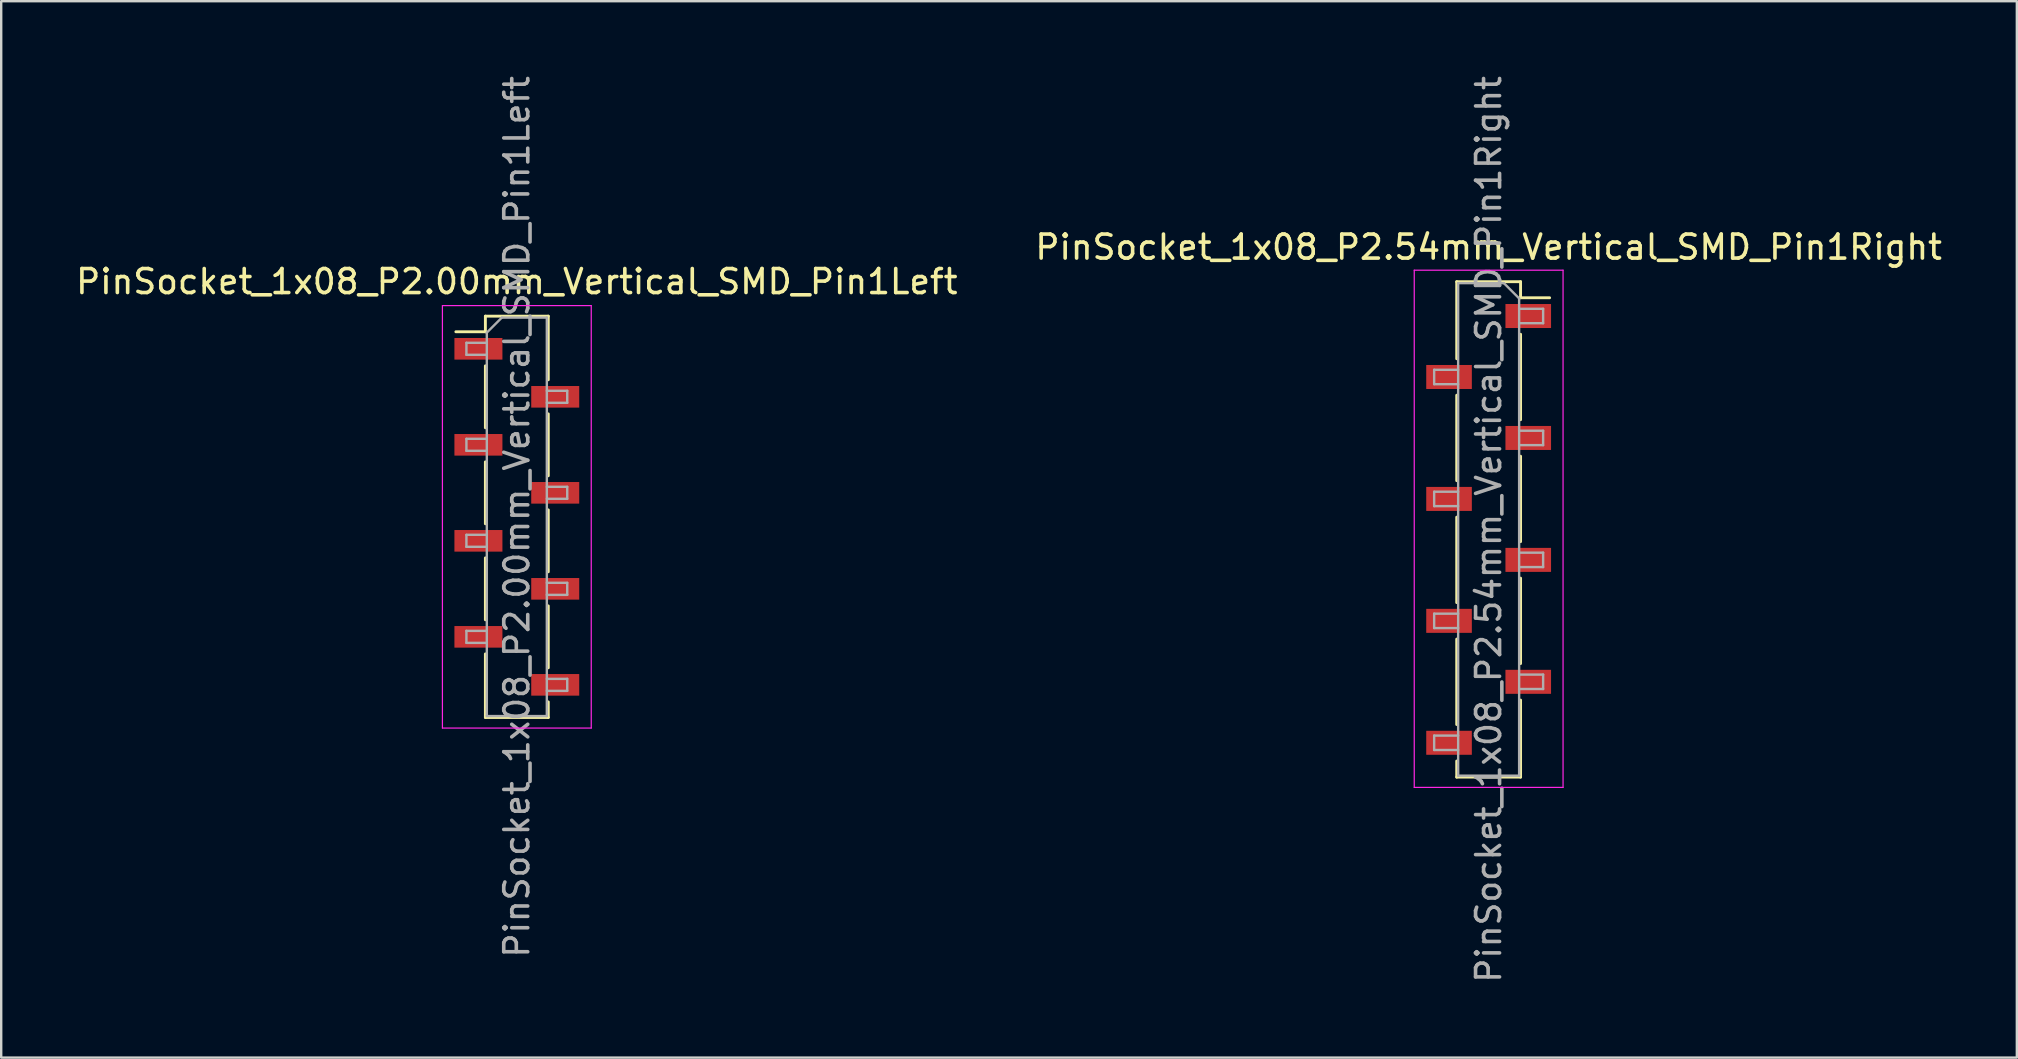
<source format=kicad_pcb>
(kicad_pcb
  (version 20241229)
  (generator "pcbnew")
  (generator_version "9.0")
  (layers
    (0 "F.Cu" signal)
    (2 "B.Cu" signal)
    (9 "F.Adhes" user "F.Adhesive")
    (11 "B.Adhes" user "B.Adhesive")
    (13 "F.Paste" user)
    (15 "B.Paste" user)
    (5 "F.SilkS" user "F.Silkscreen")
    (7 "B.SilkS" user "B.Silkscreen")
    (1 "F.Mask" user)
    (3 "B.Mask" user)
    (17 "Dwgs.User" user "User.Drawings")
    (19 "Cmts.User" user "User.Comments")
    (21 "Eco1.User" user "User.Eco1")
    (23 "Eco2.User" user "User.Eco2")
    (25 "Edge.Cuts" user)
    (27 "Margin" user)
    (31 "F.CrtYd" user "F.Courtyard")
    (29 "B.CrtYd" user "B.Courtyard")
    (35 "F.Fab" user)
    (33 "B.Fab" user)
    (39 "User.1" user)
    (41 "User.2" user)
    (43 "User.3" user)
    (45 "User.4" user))
  (footprint "PinSocket_1x08_P2.54mm_Vertical_SMD_Pin1Right"
    (layer "F.Cu")
    (at 58.97 19.006)
    (property "Reference" "PinSocket_1x08_P2.54mm_Vertical_SMD_Pin1Right" (at 0 -11.76 0) (layer "F.SilkS") (effects (font (size 1 1) (thickness 0.15))))
    (attr smd)
    (fp_line (start -1.33 -10.32) (end -1.33 -7.11) (stroke (width 0.12) (type solid)) (layer "F.SilkS"))
    (fp_line (start -1.33 -10.32) (end 1.33 -10.32) (stroke (width 0.12) (type solid)) (layer "F.SilkS"))
    (fp_line (start -1.33 -5.59) (end -1.33 -2.03) (stroke (width 0.12) (type solid)) (layer "F.SilkS"))
    (fp_line (start -1.33 -0.51) (end -1.33 3.05) (stroke (width 0.12) (type solid)) (layer "F.SilkS"))
    (fp_line (start -1.33 4.57) (end -1.33 8.13) (stroke (width 0.12) (type solid)) (layer "F.SilkS"))
    (fp_line (start -1.33 9.65) (end -1.33 10.32) (stroke (width 0.12) (type solid)) (layer "F.SilkS"))
    (fp_line (start -1.33 10.32) (end 1.33 10.32) (stroke (width 0.12) (type solid)) (layer "F.SilkS"))
    (fp_line (start 1.33 -10.32) (end 1.33 -9.65) (stroke (width 0.12) (type solid)) (layer "F.SilkS"))
    (fp_line (start 1.33 -9.65) (end 2.54 -9.65) (stroke (width 0.12) (type solid)) (layer "F.SilkS"))
    (fp_line (start 1.33 -8.13) (end 1.33 -4.57) (stroke (width 0.12) (type solid)) (layer "F.SilkS"))
    (fp_line (start 1.33 -3.05) (end 1.33 0.51) (stroke (width 0.12) (type solid)) (layer "F.SilkS"))
    (fp_line (start 1.33 2.03) (end 1.33 5.59) (stroke (width 0.12) (type solid)) (layer "F.SilkS"))
    (fp_line (start 1.33 7.11) (end 1.33 10.32) (stroke (width 0.12) (type solid)) (layer "F.SilkS"))
    (fp_line (start -3.1 -10.8) (end 3.1 -10.8) (stroke (width 0.05) (type solid)) (layer "F.CrtYd"))
    (fp_line (start -3.1 10.75) (end -3.1 -10.8) (stroke (width 0.05) (type solid)) (layer "F.CrtYd"))
    (fp_line (start 3.1 -10.8) (end 3.1 10.75) (stroke (width 0.05) (type solid)) (layer "F.CrtYd"))
    (fp_line (start 3.1 10.75) (end -3.1 10.75) (stroke (width 0.05) (type solid)) (layer "F.CrtYd"))
    (fp_line (start -2.27 -6.65) (end -1.27 -6.65) (stroke (width 0.1) (type solid)) (layer "F.Fab"))
    (fp_line (start -2.27 -6.05) (end -2.27 -6.65) (stroke (width 0.1) (type solid)) (layer "F.Fab"))
    (fp_line (start -2.27 -1.57) (end -1.27 -1.57) (stroke (width 0.1) (type solid)) (layer "F.Fab"))
    (fp_line (start -2.27 -0.97) (end -2.27 -1.57) (stroke (width 0.1) (type solid)) (layer "F.Fab"))
    (fp_line (start -2.27 3.51) (end -1.27 3.51) (stroke (width 0.1) (type solid)) (layer "F.Fab"))
    (fp_line (start -2.27 4.11) (end -2.27 3.51) (stroke (width 0.1) (type solid)) (layer "F.Fab"))
    (fp_line (start -2.27 8.59) (end -1.27 8.59) (stroke (width 0.1) (type solid)) (layer "F.Fab"))
    (fp_line (start -2.27 9.19) (end -2.27 8.59) (stroke (width 0.1) (type solid)) (layer "F.Fab"))
    (fp_line (start -1.27 -10.26) (end 0.635 -10.26) (stroke (width 0.1) (type solid)) (layer "F.Fab"))
    (fp_line (start -1.27 -6.05) (end -2.27 -6.05) (stroke (width 0.1) (type solid)) (layer "F.Fab"))
    (fp_line (start -1.27 -0.97) (end -2.27 -0.97) (stroke (width 0.1) (type solid)) (layer "F.Fab"))
    (fp_line (start -1.27 4.11) (end -2.27 4.11) (stroke (width 0.1) (type solid)) (layer "F.Fab"))
    (fp_line (start -1.27 9.19) (end -2.27 9.19) (stroke (width 0.1) (type solid)) (layer "F.Fab"))
    (fp_line (start -1.27 10.26) (end -1.27 -10.26) (stroke (width 0.1) (type solid)) (layer "F.Fab"))
    (fp_line (start 0.635 -10.26) (end 1.27 -9.625) (stroke (width 0.1) (type solid)) (layer "F.Fab"))
    (fp_line (start 1.27 -9.625) (end 1.27 10.26) (stroke (width 0.1) (type solid)) (layer "F.Fab"))
    (fp_line (start 1.27 -9.19) (end 2.27 -9.19) (stroke (width 0.1) (type solid)) (layer "F.Fab"))
    (fp_line (start 1.27 -4.11) (end 2.27 -4.11) (stroke (width 0.1) (type solid)) (layer "F.Fab"))
    (fp_line (start 1.27 0.97) (end 2.27 0.97) (stroke (width 0.1) (type solid)) (layer "F.Fab"))
    (fp_line (start 1.27 6.05) (end 2.27 6.05) (stroke (width 0.1) (type solid)) (layer "F.Fab"))
    (fp_line (start 1.27 10.26) (end -1.27 10.26) (stroke (width 0.1) (type solid)) (layer "F.Fab"))
    (fp_line (start 2.27 -9.19) (end 2.27 -8.59) (stroke (width 0.1) (type solid)) (layer "F.Fab"))
    (fp_line (start 2.27 -8.59) (end 1.27 -8.59) (stroke (width 0.1) (type solid)) (layer "F.Fab"))
    (fp_line (start 2.27 -4.11) (end 2.27 -3.51) (stroke (width 0.1) (type solid)) (layer "F.Fab"))
    (fp_line (start 2.27 -3.51) (end 1.27 -3.51) (stroke (width 0.1) (type solid)) (layer "F.Fab"))
    (fp_line (start 2.27 0.97) (end 2.27 1.57) (stroke (width 0.1) (type solid)) (layer "F.Fab"))
    (fp_line (start 2.27 1.57) (end 1.27 1.57) (stroke (width 0.1) (type solid)) (layer "F.Fab"))
    (fp_line (start 2.27 6.05) (end 2.27 6.65) (stroke (width 0.1) (type solid)) (layer "F.Fab"))
    (fp_line (start 2.27 6.65) (end 1.27 6.65) (stroke (width 0.1) (type solid)) (layer "F.Fab"))
    (fp_text user "${REFERENCE}" (at 0 0 90) (layer "F.Fab") (effects (font (size 1 1) (thickness 0.15))))
    (pad "1" smd rect (at 1.65 -8.89) (size 1.9 1) (layers "F.Cu" "F.Mask" "F.Paste"))
    (pad "2" smd rect (at -1.65 -6.35) (size 1.9 1) (layers "F.Cu" "F.Mask" "F.Paste"))
    (pad "3" smd rect (at 1.65 -3.81) (size 1.9 1) (layers "F.Cu" "F.Mask" "F.Paste"))
    (pad "4" smd rect (at -1.65 -1.27) (size 1.9 1) (layers "F.Cu" "F.Mask" "F.Paste"))
    (pad "5" smd rect (at 1.65 1.27) (size 1.9 1) (layers "F.Cu" "F.Mask" "F.Paste"))
    (pad "6" smd rect (at -1.65 3.81) (size 1.9 1) (layers "F.Cu" "F.Mask" "F.Paste"))
    (pad "7" smd rect (at 1.65 6.35) (size 1.9 1) (layers "F.Cu" "F.Mask" "F.Paste"))
    (pad "8" smd rect (at -1.65 8.89) (size 1.9 1) (layers "F.Cu" "F.Mask" "F.Paste")))
  (footprint "PinSocket_1x08_P2.00mm_Vertical_SMD_Pin1Left"
    (layer "F.Cu")
    (at 18.482 18.482)
    (property "Reference" "PinSocket_1x08_P2.00mm_Vertical_SMD_Pin1Left" (at 0 -9.8 0) (layer "F.SilkS") (effects (font (size 1 1) (thickness 0.15))))
    (attr smd)
    (fp_line (start -2.54 -7.71) (end -1.31 -7.71) (stroke (width 0.12) (type solid)) (layer "F.SilkS"))
    (fp_line (start -1.31 -8.36) (end -1.31 -7.71) (stroke (width 0.12) (type solid)) (layer "F.SilkS"))
    (fp_line (start -1.31 -8.36) (end 1.31 -8.36) (stroke (width 0.12) (type solid)) (layer "F.SilkS"))
    (fp_line (start -1.31 -6.29) (end -1.31 -3.71) (stroke (width 0.12) (type solid)) (layer "F.SilkS"))
    (fp_line (start -1.31 -2.29) (end -1.31 0.29) (stroke (width 0.12) (type solid)) (layer "F.SilkS"))
    (fp_line (start -1.31 1.71) (end -1.31 4.29) (stroke (width 0.12) (type solid)) (layer "F.SilkS"))
    (fp_line (start -1.31 5.71) (end -1.31 8.36) (stroke (width 0.12) (type solid)) (layer "F.SilkS"))
    (fp_line (start -1.31 8.36) (end 1.31 8.36) (stroke (width 0.12) (type solid)) (layer "F.SilkS"))
    (fp_line (start 1.31 -8.36) (end 1.31 -5.71) (stroke (width 0.12) (type solid)) (layer "F.SilkS"))
    (fp_line (start 1.31 -4.29) (end 1.31 -1.71) (stroke (width 0.12) (type solid)) (layer "F.SilkS"))
    (fp_line (start 1.31 -0.29) (end 1.31 2.29) (stroke (width 0.12) (type solid)) (layer "F.SilkS"))
    (fp_line (start 1.31 3.71) (end 1.31 6.29) (stroke (width 0.12) (type solid)) (layer "F.SilkS"))
    (fp_line (start 1.31 7.71) (end 1.31 8.36) (stroke (width 0.12) (type solid)) (layer "F.SilkS"))
    (fp_line (start -3.1 -8.8) (end 3.1 -8.8) (stroke (width 0.05) (type solid)) (layer "F.CrtYd"))
    (fp_line (start -3.1 8.8) (end -3.1 -8.8) (stroke (width 0.05) (type solid)) (layer "F.CrtYd"))
    (fp_line (start 3.1 -8.8) (end 3.1 8.8) (stroke (width 0.05) (type solid)) (layer "F.CrtYd"))
    (fp_line (start 3.1 8.8) (end -3.1 8.8) (stroke (width 0.05) (type solid)) (layer "F.CrtYd"))
    (fp_line (start -2.1 -7.25) (end -1.25 -7.25) (stroke (width 0.1) (type solid)) (layer "F.Fab"))
    (fp_line (start -2.1 -6.75) (end -2.1 -7.25) (stroke (width 0.1) (type solid)) (layer "F.Fab"))
    (fp_line (start -2.1 -3.25) (end -1.25 -3.25) (stroke (width 0.1) (type solid)) (layer "F.Fab"))
    (fp_line (start -2.1 -2.75) (end -2.1 -3.25) (stroke (width 0.1) (type solid)) (layer "F.Fab"))
    (fp_line (start -2.1 0.75) (end -1.25 0.75) (stroke (width 0.1) (type solid)) (layer "F.Fab"))
    (fp_line (start -2.1 1.25) (end -2.1 0.75) (stroke (width 0.1) (type solid)) (layer "F.Fab"))
    (fp_line (start -2.1 4.75) (end -1.25 4.75) (stroke (width 0.1) (type solid)) (layer "F.Fab"))
    (fp_line (start -2.1 5.25) (end -2.1 4.75) (stroke (width 0.1) (type solid)) (layer "F.Fab"))
    (fp_line (start -1.25 -7.675) (end -0.625 -8.3) (stroke (width 0.1) (type solid)) (layer "F.Fab"))
    (fp_line (start -1.25 -6.75) (end -2.1 -6.75) (stroke (width 0.1) (type solid)) (layer "F.Fab"))
    (fp_line (start -1.25 -2.75) (end -2.1 -2.75) (stroke (width 0.1) (type solid)) (layer "F.Fab"))
    (fp_line (start -1.25 1.25) (end -2.1 1.25) (stroke (width 0.1) (type solid)) (layer "F.Fab"))
    (fp_line (start -1.25 5.25) (end -2.1 5.25) (stroke (width 0.1) (type solid)) (layer "F.Fab"))
    (fp_line (start -1.25 8.3) (end -1.25 -7.675) (stroke (width 0.1) (type solid)) (layer "F.Fab"))
    (fp_line (start -0.625 -8.3) (end 1.25 -8.3) (stroke (width 0.1) (type solid)) (layer "F.Fab"))
    (fp_line (start 1.25 -8.3) (end 1.25 8.3) (stroke (width 0.1) (type solid)) (layer "F.Fab"))
    (fp_line (start 1.25 -5.25) (end 2.1 -5.25) (stroke (width 0.1) (type solid)) (layer "F.Fab"))
    (fp_line (start 1.25 -1.25) (end 2.1 -1.25) (stroke (width 0.1) (type solid)) (layer "F.Fab"))
    (fp_line (start 1.25 2.75) (end 2.1 2.75) (stroke (width 0.1) (type solid)) (layer "F.Fab"))
    (fp_line (start 1.25 6.75) (end 2.1 6.75) (stroke (width 0.1) (type solid)) (layer "F.Fab"))
    (fp_line (start 1.25 8.3) (end -1.25 8.3) (stroke (width 0.1) (type solid)) (layer "F.Fab"))
    (fp_line (start 2.1 -5.25) (end 2.1 -4.75) (stroke (width 0.1) (type solid)) (layer "F.Fab"))
    (fp_line (start 2.1 -4.75) (end 1.25 -4.75) (stroke (width 0.1) (type solid)) (layer "F.Fab"))
    (fp_line (start 2.1 -1.25) (end 2.1 -0.75) (stroke (width 0.1) (type solid)) (layer "F.Fab"))
    (fp_line (start 2.1 -0.75) (end 1.25 -0.75) (stroke (width 0.1) (type solid)) (layer "F.Fab"))
    (fp_line (start 2.1 2.75) (end 2.1 3.25) (stroke (width 0.1) (type solid)) (layer "F.Fab"))
    (fp_line (start 2.1 3.25) (end 1.25 3.25) (stroke (width 0.1) (type solid)) (layer "F.Fab"))
    (fp_line (start 2.1 6.75) (end 2.1 7.25) (stroke (width 0.1) (type solid)) (layer "F.Fab"))
    (fp_line (start 2.1 7.25) (end 1.25 7.25) (stroke (width 0.1) (type solid)) (layer "F.Fab"))
    (fp_text user "${REFERENCE}" (at 0 0 90) (layer "F.Fab") (effects (font (size 1 1) (thickness 0.15))))
    (pad "1" smd rect (at -1.6 -7) (size 2 0.9) (layers "F.Cu" "F.Mask" "F.Paste"))
    (pad "2" smd rect (at 1.6 -5) (size 2 0.9) (layers "F.Cu" "F.Mask" "F.Paste"))
    (pad "3" smd rect (at -1.6 -3) (size 2 0.9) (layers "F.Cu" "F.Mask" "F.Paste"))
    (pad "4" smd rect (at 1.6 -1) (size 2 0.9) (layers "F.Cu" "F.Mask" "F.Paste"))
    (pad "5" smd rect (at -1.6 1) (size 2 0.9) (layers "F.Cu" "F.Mask" "F.Paste"))
    (pad "6" smd rect (at 1.6 3) (size 2 0.9) (layers "F.Cu" "F.Mask" "F.Paste"))
    (pad "7" smd rect (at -1.6 5) (size 2 0.9) (layers "F.Cu" "F.Mask" "F.Paste"))
    (pad "8" smd rect (at 1.6 7) (size 2 0.9) (layers "F.Cu" "F.Mask" "F.Paste")))
  (gr_rect
    (start -3 -3)
    (end 80.976 41.012)
    (stroke (width 0.1) (type default))
    (fill no)
    (layer "Edge.Cuts")))
</source>
